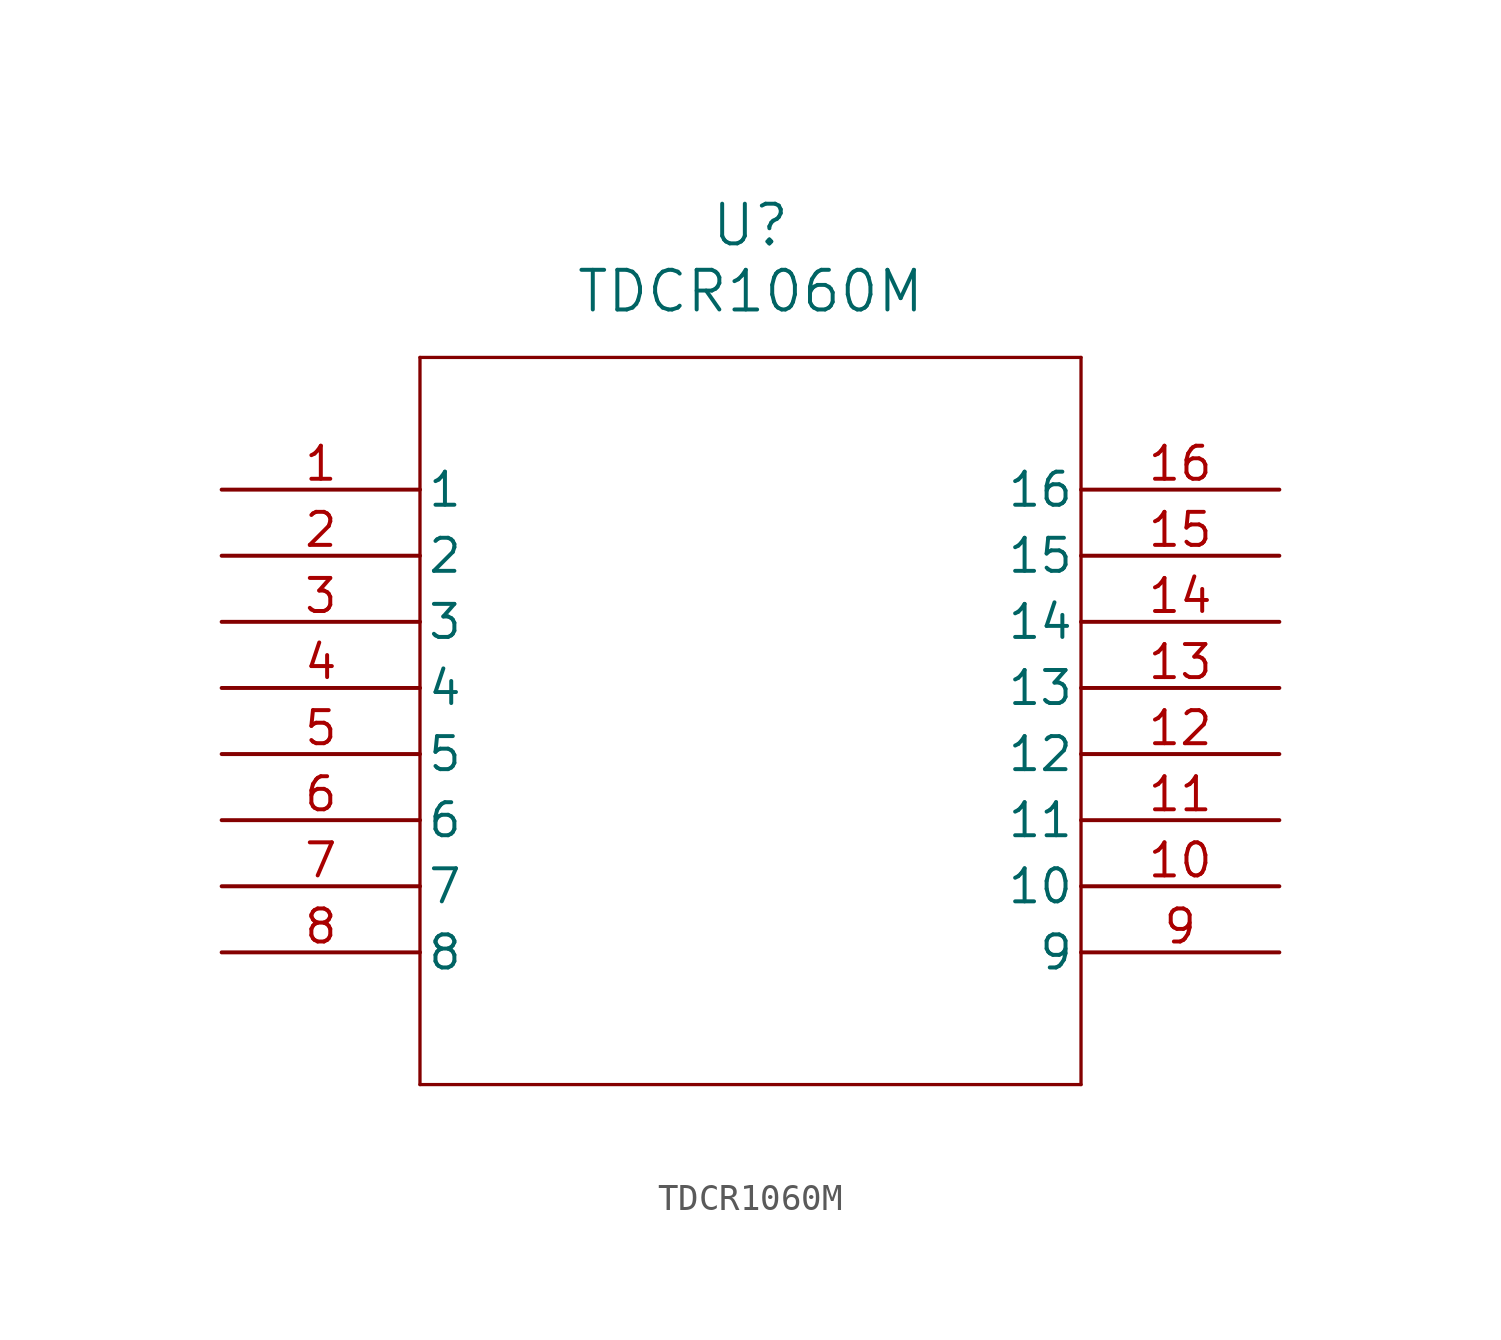
<source format=kicad_sym>
(kicad_symbol_lib
  (version 20211014)
  (generator kicad_symbol_editor)
  (symbol "TDCR1060M"
    (pin_names
      (offset 0.254))
    (property "Reference" "U"
      (at 20.32 10.16 0)
      (effects (font (size 1.524 1.524))))
    (property "Value" "TDCR1060M"
      (at 20.32 7.62 0)
      (effects (font (size 1.524 1.524))))
    (symbol "TDCR1060M_0_1"
      (polyline (pts (xy 7.62 5.08) (xy 7.62 -22.86)) (stroke (width 0.127) (type default) (color 0 0 0 0)) (fill (type none)))
      (polyline (pts (xy 7.62 -22.86) (xy 33.02 -22.86)) (stroke (width 0.127) (type default) (color 0 0 0 0)) (fill (type none)))
      (polyline (pts (xy 33.02 -22.86) (xy 33.02 5.08)) (stroke (width 0.127) (type default) (color 0 0 0 0)) (fill (type none)))
      (polyline (pts (xy 33.02 5.08) (xy 7.62 5.08)) (stroke (width 0.127) (type default) (color 0 0 0 0)) (fill (type none)))
      (pin unspecified line (at 0 0 0) (length 7.62) (name "1" (effects (font (size 1.27 1.27)))) (number "1" (effects (font (size 1.27 1.27)))))
      (pin unspecified line (at 0 -2.54 0) (length 7.62) (name "2" (effects (font (size 1.27 1.27)))) (number "2" (effects (font (size 1.27 1.27)))))
      (pin unspecified line (at 0 -5.08 0) (length 7.62) (name "3" (effects (font (size 1.27 1.27)))) (number "3" (effects (font (size 1.27 1.27)))))
      (pin unspecified line (at 0 -7.62 0) (length 7.62) (name "4" (effects (font (size 1.27 1.27)))) (number "4" (effects (font (size 1.27 1.27)))))
      (pin unspecified line (at 0 -10.16 0) (length 7.62) (name "5" (effects (font (size 1.27 1.27)))) (number "5" (effects (font (size 1.27 1.27)))))
      (pin unspecified line (at 0 -12.7 0) (length 7.62) (name "6" (effects (font (size 1.27 1.27)))) (number "6" (effects (font (size 1.27 1.27)))))
      (pin unspecified line (at 0 -15.24 0) (length 7.62) (name "7" (effects (font (size 1.27 1.27)))) (number "7" (effects (font (size 1.27 1.27)))))
      (pin unspecified line (at 0 -17.78 0) (length 7.62) (name "8" (effects (font (size 1.27 1.27)))) (number "8" (effects (font (size 1.27 1.27)))))
      (pin unspecified line (at 40.64 -17.78 180) (length 7.62) (name "9" (effects (font (size 1.27 1.27)))) (number "9" (effects (font (size 1.27 1.27)))))
      (pin unspecified line (at 40.64 -15.24 180) (length 7.62) (name "10" (effects (font (size 1.27 1.27)))) (number "10" (effects (font (size 1.27 1.27)))))
      (pin unspecified line (at 40.64 -12.7 180) (length 7.62) (name "11" (effects (font (size 1.27 1.27)))) (number "11" (effects (font (size 1.27 1.27)))))
      (pin unspecified line (at 40.64 -10.16 180) (length 7.62) (name "12" (effects (font (size 1.27 1.27)))) (number "12" (effects (font (size 1.27 1.27)))))
      (pin unspecified line (at 40.64 -7.62 180) (length 7.62) (name "13" (effects (font (size 1.27 1.27)))) (number "13" (effects (font (size 1.27 1.27)))))
      (pin unspecified line (at 40.64 -5.08 180) (length 7.62) (name "14" (effects (font (size 1.27 1.27)))) (number "14" (effects (font (size 1.27 1.27)))))
      (pin unspecified line (at 40.64 -2.54 180) (length 7.62) (name "15" (effects (font (size 1.27 1.27)))) (number "15" (effects (font (size 1.27 1.27)))))
      (pin unspecified line (at 40.64 0 180) (length 7.62) (name "16" (effects (font (size 1.27 1.27)))) (number "16" (effects (font (size 1.27 1.27))))))))
</source>
